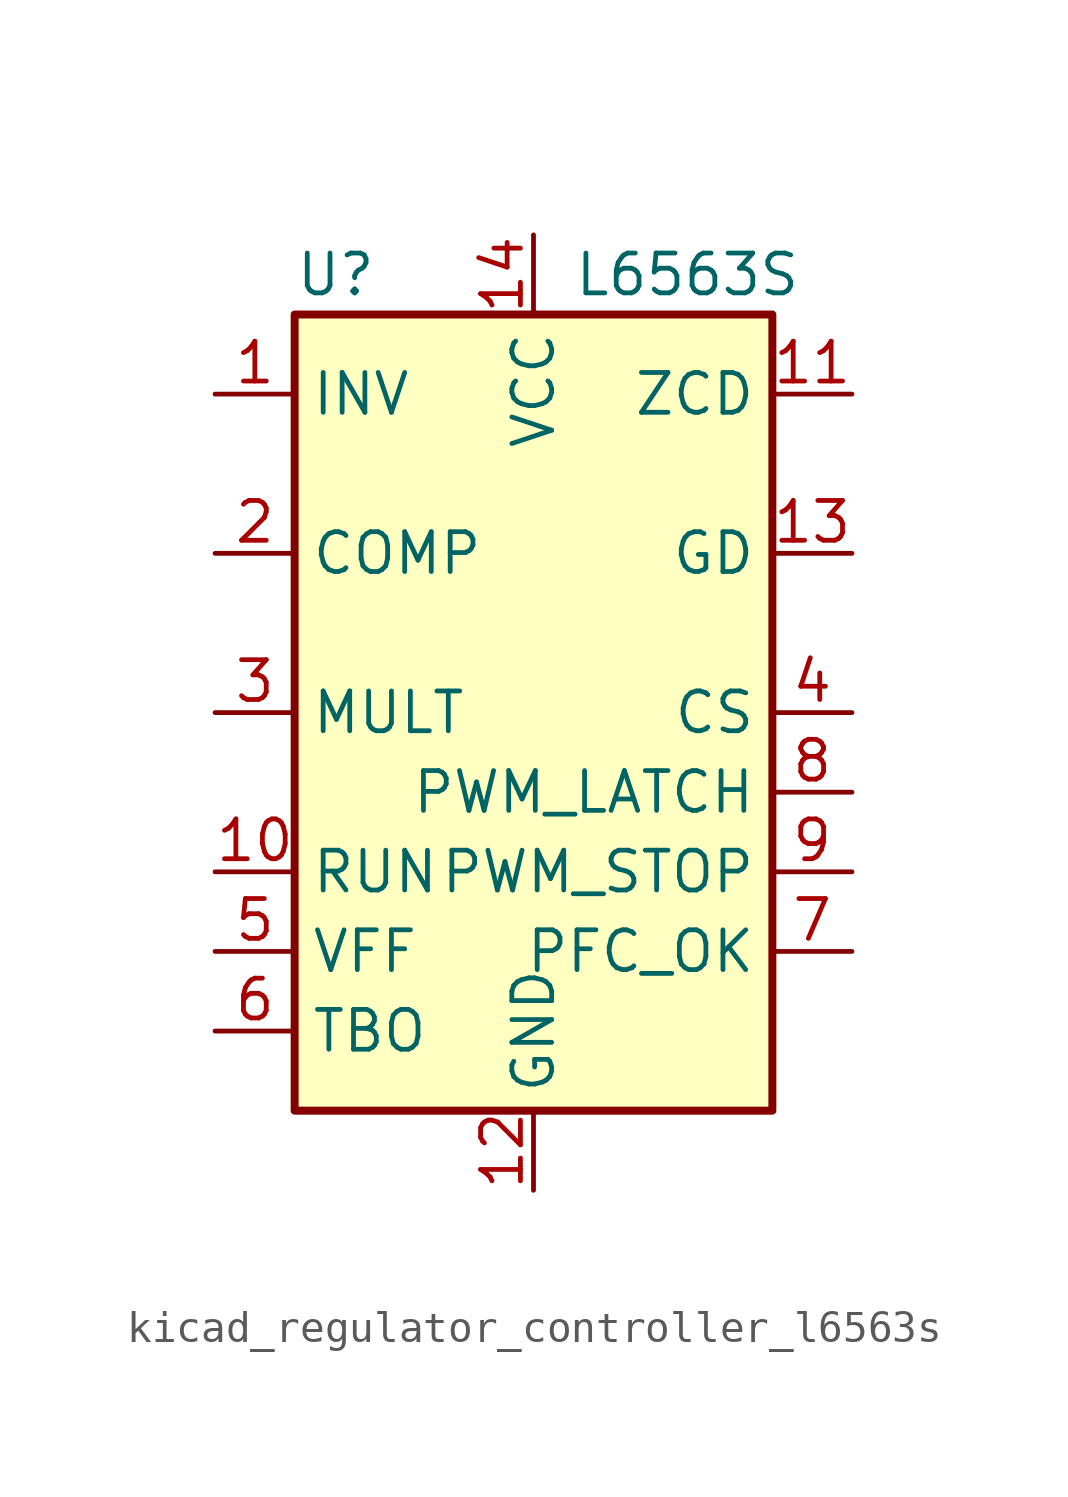
<source format=kicad_sym>
(kicad_symbol_lib
  (version 20220914)
  (generator kicad_symbol_editor)
  (symbol "kicad_regulator_controller_l6563s"
    (property "Reference" "U"
      (at -7.62 13.97 0)
      (effects (font (size 1.27 1.27)) (justify left)))
    (property "Value" "L6563S"
      (at 1.27 13.97 0)
      (effects (font (size 1.27 1.27)) (justify left)))
    (symbol "kicad_regulator_controller_l6563s_0_0"
      (rectangle (start -7.62 12.7) (end 7.62 -12.7) (stroke (width 0.254) (type default)) (fill (type background))))
    (symbol "kicad_regulator_controller_l6563s_1_1"
      (pin input line (at -10.16 10.16 0) (length 2.54) (name "INV" (effects (font (size 1.27 1.27)))) (number "1" (effects (font (size 1.27 1.27)))))
      (pin input line (at -10.16 -5.08 0) (length 2.54) (name "RUN" (effects (font (size 1.27 1.27)))) (number "10" (effects (font (size 1.27 1.27)))))
      (pin input line (at 10.16 10.16 180) (length 2.54) (name "ZCD" (effects (font (size 1.27 1.27)))) (number "11" (effects (font (size 1.27 1.27)))))
      (pin power_in line (at 0 -15.24 90) (length 2.54) (name "GND" (effects (font (size 1.27 1.27)))) (number "12" (effects (font (size 1.27 1.27)))))
      (pin output line (at 10.16 5.08 180) (length 2.54) (name "GD" (effects (font (size 1.27 1.27)))) (number "13" (effects (font (size 1.27 1.27)))))
      (pin power_in line (at 0 15.24 270) (length 2.54) (name "VCC" (effects (font (size 1.27 1.27)))) (number "14" (effects (font (size 1.27 1.27)))))
      (pin output line (at -10.16 5.08 0) (length 2.54) (name "COMP" (effects (font (size 1.27 1.27)))) (number "2" (effects (font (size 1.27 1.27)))))
      (pin input line (at -10.16 0 0) (length 2.54) (name "MULT" (effects (font (size 1.27 1.27)))) (number "3" (effects (font (size 1.27 1.27)))))
      (pin input line (at 10.16 0 180) (length 2.54) (name "CS" (effects (font (size 1.27 1.27)))) (number "4" (effects (font (size 1.27 1.27)))))
      (pin passive line (at -10.16 -7.62 0) (length 2.54) (name "VFF" (effects (font (size 1.27 1.27)))) (number "5" (effects (font (size 1.27 1.27)))))
      (pin passive line (at -10.16 -10.16 0) (length 2.54) (name "TBO" (effects (font (size 1.27 1.27)))) (number "6" (effects (font (size 1.27 1.27)))))
      (pin input line (at 10.16 -7.62 180) (length 2.54) (name "PFC_OK" (effects (font (size 1.27 1.27)))) (number "7" (effects (font (size 1.27 1.27)))))
      (pin output line (at 10.16 -2.54 180) (length 2.54) (name "PWM_LATCH" (effects (font (size 1.27 1.27)))) (number "8" (effects (font (size 1.27 1.27)))))
      (pin output line (at 10.16 -5.08 180) (length 2.54) (name "PWM_STOP" (effects (font (size 1.27 1.27)))) (number "9" (effects (font (size 1.27 1.27))))))))
</source>
